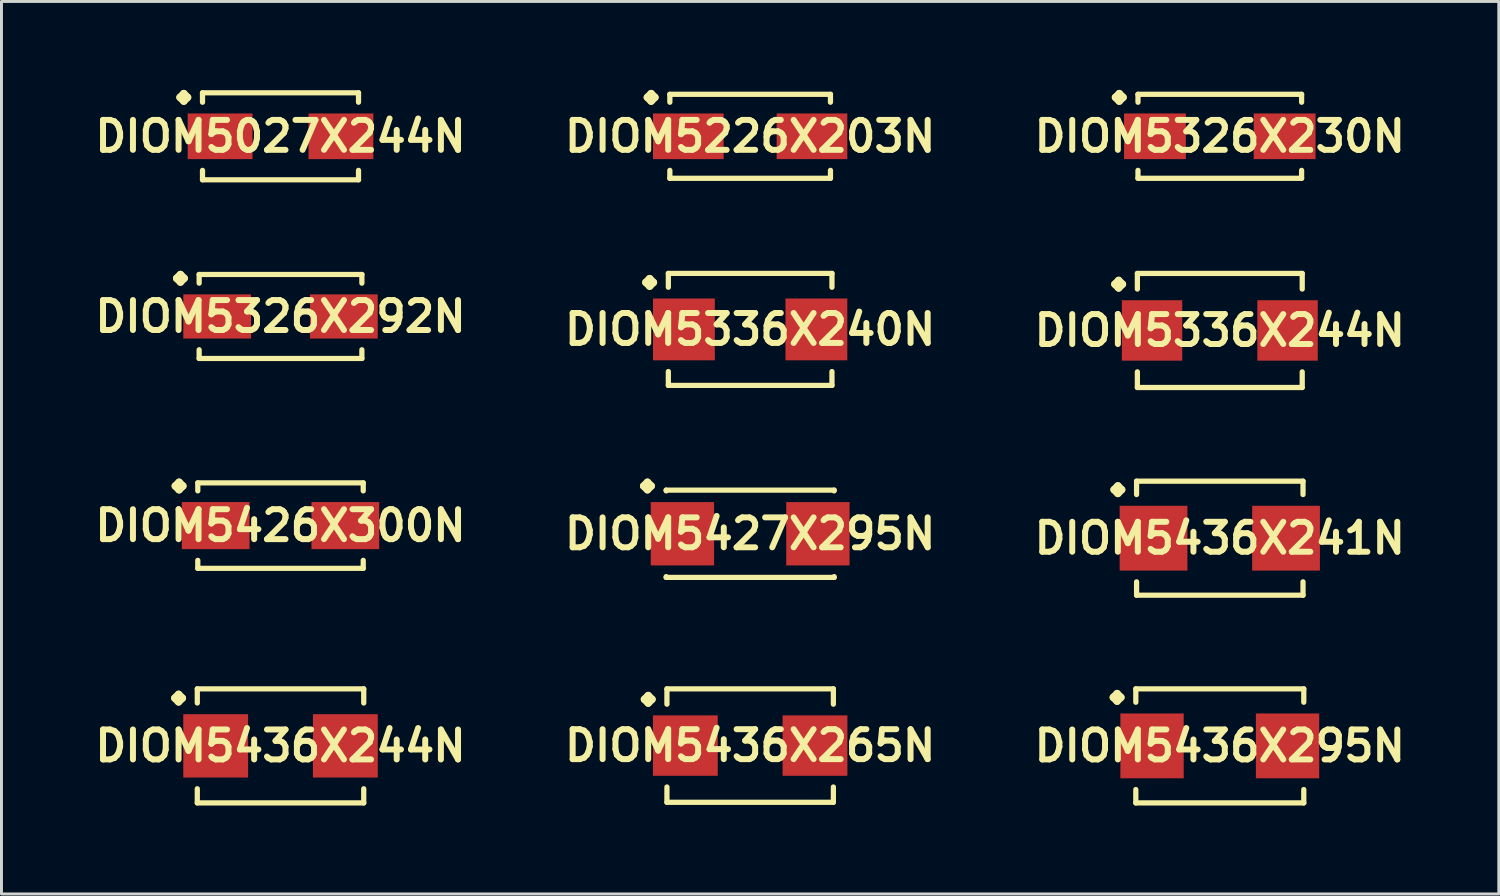
<source format=kicad_pcb>
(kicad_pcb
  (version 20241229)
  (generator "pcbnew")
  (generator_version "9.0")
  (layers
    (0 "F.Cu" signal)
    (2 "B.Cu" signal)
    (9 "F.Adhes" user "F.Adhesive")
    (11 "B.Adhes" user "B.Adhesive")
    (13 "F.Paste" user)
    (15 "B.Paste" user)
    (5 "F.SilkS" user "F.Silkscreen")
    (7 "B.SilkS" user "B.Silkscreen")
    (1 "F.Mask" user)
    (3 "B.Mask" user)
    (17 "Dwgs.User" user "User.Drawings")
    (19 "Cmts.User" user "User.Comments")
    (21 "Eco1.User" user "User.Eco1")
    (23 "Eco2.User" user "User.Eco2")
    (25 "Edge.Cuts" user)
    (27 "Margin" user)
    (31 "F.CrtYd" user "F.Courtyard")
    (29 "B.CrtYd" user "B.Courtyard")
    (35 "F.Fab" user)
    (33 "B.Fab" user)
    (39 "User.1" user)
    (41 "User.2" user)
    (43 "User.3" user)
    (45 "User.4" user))
  (footprint "DIOM5226X203N"
    (layer "F.Cu")
    (at 22.406 1.575)
    (property "Reference" "DIOM5226X203N" (at 0 0 0) (layer "F.SilkS") (effects (font (size 1.016 1.016) (thickness 0.203))))
    (attr smd)
    (fp_line (start -3.487 -1.321) (end -3.36 -1.448) (stroke (width 0.254) (type solid)) (layer "F.SilkS"))
    (fp_line (start -3.36 -1.448) (end -3.233 -1.321) (stroke (width 0.254) (type solid)) (layer "F.SilkS"))
    (fp_line (start -3.36 -1.194) (end -3.487 -1.321) (stroke (width 0.254) (type solid)) (layer "F.SilkS"))
    (fp_line (start -3.233 -1.321) (end -3.36 -1.194) (stroke (width 0.254) (type solid)) (layer "F.SilkS"))
    (fp_line (start -2.725 -1.425) (end 2.725 -1.425) (stroke (width 0.178) (type solid)) (layer "F.SilkS"))
    (fp_line (start -2.725 -1.156) (end -2.725 -1.425) (stroke (width 0.178) (type solid)) (layer "F.SilkS"))
    (fp_line (start -2.725 1.156) (end -2.725 1.425) (stroke (width 0.178) (type solid)) (layer "F.SilkS"))
    (fp_line (start -2.725 1.425) (end 2.725 1.425) (stroke (width 0.178) (type solid)) (layer "F.SilkS"))
    (fp_line (start 2.725 -1.425) (end 2.725 -1.156) (stroke (width 0.178) (type solid)) (layer "F.SilkS"))
    (fp_line (start 2.725 1.425) (end 2.725 1.156) (stroke (width 0.178) (type solid)) (layer "F.SilkS"))
    (pad "1" smd rect (at -2.098 0) (size 2.398 1.549) (layers "F.Cu" "F.Mask" "F.Paste"))
    (pad "2" smd rect (at 2.098 0) (size 2.398 1.549) (layers "F.Cu" "F.Mask" "F.Paste")))
  (footprint "DIOM5336X244N"
    (layer "F.Cu")
    (at 38.343 8.164)
    (property "Reference" "DIOM5336X244N" (at 0 0 0) (layer "F.SilkS") (effects (font (size 1.016 1.016) (thickness 0.203))))
    (attr smd)
    (fp_line (start -3.559 -1.57) (end -3.432 -1.697) (stroke (width 0.254) (type solid)) (layer "F.SilkS"))
    (fp_line (start -3.432 -1.697) (end -3.305 -1.57) (stroke (width 0.254) (type solid)) (layer "F.SilkS"))
    (fp_line (start -3.432 -1.443) (end -3.559 -1.57) (stroke (width 0.254) (type solid)) (layer "F.SilkS"))
    (fp_line (start -3.305 -1.57) (end -3.432 -1.443) (stroke (width 0.254) (type solid)) (layer "F.SilkS"))
    (fp_line (start -2.797 -1.935) (end 2.797 -1.935) (stroke (width 0.178) (type solid)) (layer "F.SilkS"))
    (fp_line (start -2.797 -1.405) (end -2.797 -1.935) (stroke (width 0.178) (type solid)) (layer "F.SilkS"))
    (fp_line (start -2.797 1.405) (end -2.797 1.935) (stroke (width 0.178) (type solid)) (layer "F.SilkS"))
    (fp_line (start -2.797 1.935) (end 2.797 1.935) (stroke (width 0.178) (type solid)) (layer "F.SilkS"))
    (fp_line (start 2.797 -1.935) (end 2.797 -1.405) (stroke (width 0.178) (type solid)) (layer "F.SilkS"))
    (fp_line (start 2.797 1.935) (end 2.797 1.405) (stroke (width 0.178) (type solid)) (layer "F.SilkS"))
    (pad "1" smd rect (at -2.299 0) (size 2.05 2.05) (layers "F.Cu" "F.Mask" "F.Paste"))
    (pad "2" smd rect (at 2.299 0) (size 2.05 2.05) (layers "F.Cu" "F.Mask" "F.Paste")))
  (footprint "DIOM5436X295N"
    (layer "F.Cu")
    (at 38.343 22.261)
    (property "Reference" "DIOM5436X295N" (at 0 0 0) (layer "F.SilkS") (effects (font (size 1.016 1.016) (thickness 0.203))))
    (attr smd)
    (fp_line (start -3.612 -1.646) (end -3.485 -1.773) (stroke (width 0.254) (type solid)) (layer "F.SilkS"))
    (fp_line (start -3.485 -1.773) (end -3.358 -1.646) (stroke (width 0.254) (type solid)) (layer "F.SilkS"))
    (fp_line (start -3.485 -1.519) (end -3.612 -1.646) (stroke (width 0.254) (type solid)) (layer "F.SilkS"))
    (fp_line (start -3.358 -1.646) (end -3.485 -1.519) (stroke (width 0.254) (type solid)) (layer "F.SilkS"))
    (fp_line (start -2.85 -1.935) (end 2.85 -1.935) (stroke (width 0.178) (type solid)) (layer "F.SilkS"))
    (fp_line (start -2.85 -1.481) (end -2.85 -1.935) (stroke (width 0.178) (type solid)) (layer "F.SilkS"))
    (fp_line (start -2.85 1.481) (end -2.85 1.935) (stroke (width 0.178) (type solid)) (layer "F.SilkS"))
    (fp_line (start -2.85 1.935) (end 2.85 1.935) (stroke (width 0.178) (type solid)) (layer "F.SilkS"))
    (fp_line (start 2.85 -1.935) (end 2.85 -1.481) (stroke (width 0.178) (type solid)) (layer "F.SilkS"))
    (fp_line (start 2.85 1.935) (end 2.85 1.481) (stroke (width 0.178) (type solid)) (layer "F.SilkS"))
    (pad "1" smd rect (at -2.299 0) (size 2.149 2.2) (layers "F.Cu" "F.Mask" "F.Paste"))
    (pad "2" smd rect (at 2.299 0) (size 2.149 2.2) (layers "F.Cu" "F.Mask" "F.Paste")))
  (footprint "DIOM5326X292N"
    (layer "F.Cu")
    (at 6.469 7.689)
    (property "Reference" "DIOM5326X292N" (at 0 0 0) (layer "F.SilkS") (effects (font (size 1.016 1.016) (thickness 0.203))))
    (attr smd)
    (fp_line (start -3.523 -1.295) (end -3.396 -1.422) (stroke (width 0.254) (type solid)) (layer "F.SilkS"))
    (fp_line (start -3.396 -1.422) (end -3.269 -1.295) (stroke (width 0.254) (type solid)) (layer "F.SilkS"))
    (fp_line (start -3.396 -1.168) (end -3.523 -1.295) (stroke (width 0.254) (type solid)) (layer "F.SilkS"))
    (fp_line (start -3.269 -1.295) (end -3.396 -1.168) (stroke (width 0.254) (type solid)) (layer "F.SilkS"))
    (fp_line (start -2.761 -1.425) (end 2.761 -1.425) (stroke (width 0.178) (type solid)) (layer "F.SilkS"))
    (fp_line (start -2.761 -1.13) (end -2.761 -1.425) (stroke (width 0.178) (type solid)) (layer "F.SilkS"))
    (fp_line (start -2.761 1.13) (end -2.761 1.425) (stroke (width 0.178) (type solid)) (layer "F.SilkS"))
    (fp_line (start -2.761 1.425) (end 2.761 1.425) (stroke (width 0.178) (type solid)) (layer "F.SilkS"))
    (fp_line (start 2.761 -1.425) (end 2.761 -1.13) (stroke (width 0.178) (type solid)) (layer "F.SilkS"))
    (fp_line (start 2.761 1.425) (end 2.761 1.13) (stroke (width 0.178) (type solid)) (layer "F.SilkS"))
    (pad "1" smd rect (at -2.149 0) (size 2.299 1.499) (layers "F.Cu" "F.Mask" "F.Paste"))
    (pad "2" smd rect (at 2.149 0) (size 2.299 1.499) (layers "F.Cu" "F.Mask" "F.Paste")))
  (footprint "DIOM5436X241N"
    (layer "F.Cu")
    (at 38.343 15.213)
    (property "Reference" "DIOM5436X241N" (at 0 0 0) (layer "F.SilkS") (effects (font (size 1.016 1.016) (thickness 0.203))))
    (attr smd)
    (fp_line (start -3.586 -1.646) (end -3.459 -1.773) (stroke (width 0.254) (type solid)) (layer "F.SilkS"))
    (fp_line (start -3.459 -1.773) (end -3.332 -1.646) (stroke (width 0.254) (type solid)) (layer "F.SilkS"))
    (fp_line (start -3.459 -1.519) (end -3.586 -1.646) (stroke (width 0.254) (type solid)) (layer "F.SilkS"))
    (fp_line (start -3.332 -1.646) (end -3.459 -1.519) (stroke (width 0.254) (type solid)) (layer "F.SilkS"))
    (fp_line (start -2.824 -1.935) (end 2.824 -1.935) (stroke (width 0.178) (type solid)) (layer "F.SilkS"))
    (fp_line (start -2.824 -1.481) (end -2.824 -1.935) (stroke (width 0.178) (type solid)) (layer "F.SilkS"))
    (fp_line (start -2.824 1.481) (end -2.824 1.935) (stroke (width 0.178) (type solid)) (layer "F.SilkS"))
    (fp_line (start -2.824 1.935) (end 2.824 1.935) (stroke (width 0.178) (type solid)) (layer "F.SilkS"))
    (fp_line (start 2.824 -1.935) (end 2.824 -1.481) (stroke (width 0.178) (type solid)) (layer "F.SilkS"))
    (fp_line (start 2.824 1.935) (end 2.824 1.481) (stroke (width 0.178) (type solid)) (layer "F.SilkS"))
    (pad "1" smd rect (at -2.248 0) (size 2.299 2.2) (layers "F.Cu" "F.Mask" "F.Paste"))
    (pad "2" smd rect (at 2.248 0) (size 2.299 2.2) (layers "F.Cu" "F.Mask" "F.Paste")))
  (footprint "DIOM5336X240N"
    (layer "F.Cu")
    (at 22.406 8.128)
    (property "Reference" "DIOM5336X240N" (at 0 0 0) (layer "F.SilkS") (effects (font (size 1.016 1.016) (thickness 0.203))))
    (attr smd)
    (fp_line (start -3.538 -1.595) (end -3.411 -1.722) (stroke (width 0.254) (type solid)) (layer "F.SilkS"))
    (fp_line (start -3.411 -1.722) (end -3.284 -1.595) (stroke (width 0.254) (type solid)) (layer "F.SilkS"))
    (fp_line (start -3.411 -1.468) (end -3.538 -1.595) (stroke (width 0.254) (type solid)) (layer "F.SilkS"))
    (fp_line (start -3.284 -1.595) (end -3.411 -1.468) (stroke (width 0.254) (type solid)) (layer "F.SilkS"))
    (fp_line (start -2.776 -1.9) (end 2.776 -1.9) (stroke (width 0.178) (type solid)) (layer "F.SilkS"))
    (fp_line (start -2.776 -1.43) (end -2.776 -1.9) (stroke (width 0.178) (type solid)) (layer "F.SilkS"))
    (fp_line (start -2.776 1.43) (end -2.776 1.9) (stroke (width 0.178) (type solid)) (layer "F.SilkS"))
    (fp_line (start -2.776 1.9) (end 2.776 1.9) (stroke (width 0.178) (type solid)) (layer "F.SilkS"))
    (fp_line (start 2.776 -1.9) (end 2.776 -1.43) (stroke (width 0.178) (type solid)) (layer "F.SilkS"))
    (fp_line (start 2.776 1.9) (end 2.776 1.43) (stroke (width 0.178) (type solid)) (layer "F.SilkS"))
    (pad "1" smd rect (at -2.248 0) (size 2.098 2.098) (layers "F.Cu" "F.Mask" "F.Paste"))
    (pad "2" smd rect (at 2.248 0) (size 2.098 2.098) (layers "F.Cu" "F.Mask" "F.Paste")))
  (footprint "DIOM5027X244N"
    (layer "F.Cu")
    (at 6.469 1.575)
    (property "Reference" "DIOM5027X244N" (at 0 0 0) (layer "F.SilkS") (effects (font (size 1.016 1.016) (thickness 0.203))))
    (attr smd)
    (fp_line (start -3.409 -1.321) (end -3.282 -1.448) (stroke (width 0.254) (type solid)) (layer "F.SilkS"))
    (fp_line (start -3.282 -1.448) (end -3.155 -1.321) (stroke (width 0.254) (type solid)) (layer "F.SilkS"))
    (fp_line (start -3.282 -1.194) (end -3.409 -1.321) (stroke (width 0.254) (type solid)) (layer "F.SilkS"))
    (fp_line (start -3.155 -1.321) (end -3.282 -1.194) (stroke (width 0.254) (type solid)) (layer "F.SilkS"))
    (fp_line (start -2.647 -1.476) (end 2.647 -1.476) (stroke (width 0.178) (type solid)) (layer "F.SilkS"))
    (fp_line (start -2.647 -1.156) (end -2.647 -1.476) (stroke (width 0.178) (type solid)) (layer "F.SilkS"))
    (fp_line (start -2.647 1.156) (end -2.647 1.476) (stroke (width 0.178) (type solid)) (layer "F.SilkS"))
    (fp_line (start -2.647 1.476) (end 2.647 1.476) (stroke (width 0.178) (type solid)) (layer "F.SilkS"))
    (fp_line (start 2.647 -1.476) (end 2.647 -1.156) (stroke (width 0.178) (type solid)) (layer "F.SilkS"))
    (fp_line (start 2.647 1.476) (end 2.647 1.156) (stroke (width 0.178) (type solid)) (layer "F.SilkS"))
    (pad "1" smd rect (at -2.05 0) (size 2.2 1.549) (layers "F.Cu" "F.Mask" "F.Paste"))
    (pad "2" smd rect (at 2.05 0) (size 2.2 1.549) (layers "F.Cu" "F.Mask" "F.Paste")))
  (footprint "DIOM5436X265N"
    (layer "F.Cu")
    (at 22.406 22.251)
    (property "Reference" "DIOM5436X265N" (at 0 0 0) (layer "F.SilkS") (effects (font (size 1.016 1.016) (thickness 0.203))))
    (attr smd)
    (fp_line (start -3.586 -1.57) (end -3.459 -1.697) (stroke (width 0.254) (type solid)) (layer "F.SilkS"))
    (fp_line (start -3.459 -1.697) (end -3.332 -1.57) (stroke (width 0.254) (type solid)) (layer "F.SilkS"))
    (fp_line (start -3.459 -1.443) (end -3.586 -1.57) (stroke (width 0.254) (type solid)) (layer "F.SilkS"))
    (fp_line (start -3.332 -1.57) (end -3.459 -1.443) (stroke (width 0.254) (type solid)) (layer "F.SilkS"))
    (fp_line (start -2.824 -1.925) (end 2.824 -1.925) (stroke (width 0.178) (type solid)) (layer "F.SilkS"))
    (fp_line (start -2.824 -1.405) (end -2.824 -1.925) (stroke (width 0.178) (type solid)) (layer "F.SilkS"))
    (fp_line (start -2.824 1.405) (end -2.824 1.925) (stroke (width 0.178) (type solid)) (layer "F.SilkS"))
    (fp_line (start -2.824 1.925) (end 2.824 1.925) (stroke (width 0.178) (type solid)) (layer "F.SilkS"))
    (fp_line (start 2.824 -1.925) (end 2.824 -1.405) (stroke (width 0.178) (type solid)) (layer "F.SilkS"))
    (fp_line (start 2.824 1.925) (end 2.824 1.405) (stroke (width 0.178) (type solid)) (layer "F.SilkS"))
    (pad "1" smd rect (at -2.2 0) (size 2.2 2.05) (layers "F.Cu" "F.Mask" "F.Paste"))
    (pad "2" smd rect (at 2.2 0) (size 2.2 2.05) (layers "F.Cu" "F.Mask" "F.Paste")))
  (footprint "DIOM5427X295N"
    (layer "F.Cu")
    (at 22.406 15.063)
    (property "Reference" "DIOM5427X295N" (at 0 0 0) (layer "F.SilkS") (effects (font (size 1.016 1.016) (thickness 0.203))))
    (attr smd)
    (fp_line (start -3.612 -1.621) (end -3.485 -1.748) (stroke (width 0.254) (type solid)) (layer "F.SilkS"))
    (fp_line (start -3.485 -1.748) (end -3.358 -1.621) (stroke (width 0.254) (type solid)) (layer "F.SilkS"))
    (fp_line (start -3.485 -1.494) (end -3.612 -1.621) (stroke (width 0.254) (type solid)) (layer "F.SilkS"))
    (fp_line (start -3.358 -1.621) (end -3.485 -1.494) (stroke (width 0.254) (type solid)) (layer "F.SilkS"))
    (fp_line (start -2.85 -1.481) (end 2.85 -1.481) (stroke (width 0.178) (type solid)) (layer "F.SilkS"))
    (fp_line (start -2.85 -1.455) (end -2.85 -1.481) (stroke (width 0.178) (type solid)) (layer "F.SilkS"))
    (fp_line (start -2.85 1.455) (end -2.85 1.481) (stroke (width 0.178) (type solid)) (layer "F.SilkS"))
    (fp_line (start -2.85 1.481) (end 2.85 1.481) (stroke (width 0.178) (type solid)) (layer "F.SilkS"))
    (fp_line (start 2.85 -1.481) (end 2.85 -1.455) (stroke (width 0.178) (type solid)) (layer "F.SilkS"))
    (fp_line (start 2.85 1.481) (end 2.85 1.455) (stroke (width 0.178) (type solid)) (layer "F.SilkS"))
    (pad "1" smd rect (at -2.299 0) (size 2.149 2.149) (layers "F.Cu" "F.Mask" "F.Paste"))
    (pad "2" smd rect (at 2.299 0) (size 2.149 2.149) (layers "F.Cu" "F.Mask" "F.Paste")))
  (footprint "DIOM5436X244N"
    (layer "F.Cu")
    (at 6.469 22.261)
    (property "Reference" "DIOM5436X244N" (at 0 0 0) (layer "F.SilkS") (effects (font (size 1.016 1.016) (thickness 0.203))))
    (attr smd)
    (fp_line (start -3.586 -1.621) (end -3.459 -1.748) (stroke (width 0.254) (type solid)) (layer "F.SilkS"))
    (fp_line (start -3.459 -1.748) (end -3.332 -1.621) (stroke (width 0.254) (type solid)) (layer "F.SilkS"))
    (fp_line (start -3.459 -1.494) (end -3.586 -1.621) (stroke (width 0.254) (type solid)) (layer "F.SilkS"))
    (fp_line (start -3.332 -1.621) (end -3.459 -1.494) (stroke (width 0.254) (type solid)) (layer "F.SilkS"))
    (fp_line (start -2.824 -1.935) (end 2.824 -1.935) (stroke (width 0.178) (type solid)) (layer "F.SilkS"))
    (fp_line (start -2.824 -1.455) (end -2.824 -1.935) (stroke (width 0.178) (type solid)) (layer "F.SilkS"))
    (fp_line (start -2.824 1.455) (end -2.824 1.935) (stroke (width 0.178) (type solid)) (layer "F.SilkS"))
    (fp_line (start -2.824 1.935) (end 2.824 1.935) (stroke (width 0.178) (type solid)) (layer "F.SilkS"))
    (fp_line (start 2.824 -1.935) (end 2.824 -1.455) (stroke (width 0.178) (type solid)) (layer "F.SilkS"))
    (fp_line (start 2.824 1.935) (end 2.824 1.455) (stroke (width 0.178) (type solid)) (layer "F.SilkS"))
    (pad "1" smd rect (at -2.2 0) (size 2.2 2.149) (layers "F.Cu" "F.Mask" "F.Paste"))
    (pad "2" smd rect (at 2.2 0) (size 2.2 2.149) (layers "F.Cu" "F.Mask" "F.Paste")))
  (footprint "DIOM5426X300N"
    (layer "F.Cu")
    (at 6.469 14.786)
    (property "Reference" "DIOM5426X300N" (at 0 0 0) (layer "F.SilkS") (effects (font (size 1.016 1.016) (thickness 0.203))))
    (attr smd)
    (fp_line (start -3.569 -1.344) (end -3.442 -1.471) (stroke (width 0.254) (type solid)) (layer "F.SilkS"))
    (fp_line (start -3.442 -1.471) (end -3.315 -1.344) (stroke (width 0.254) (type solid)) (layer "F.SilkS"))
    (fp_line (start -3.442 -1.217) (end -3.569 -1.344) (stroke (width 0.254) (type solid)) (layer "F.SilkS"))
    (fp_line (start -3.315 -1.344) (end -3.442 -1.217) (stroke (width 0.254) (type solid)) (layer "F.SilkS"))
    (fp_line (start -2.807 -1.45) (end 2.807 -1.45) (stroke (width 0.178) (type solid)) (layer "F.SilkS"))
    (fp_line (start -2.807 -1.179) (end -2.807 -1.45) (stroke (width 0.178) (type solid)) (layer "F.SilkS"))
    (fp_line (start -2.807 1.179) (end -2.807 1.45) (stroke (width 0.178) (type solid)) (layer "F.SilkS"))
    (fp_line (start -2.807 1.45) (end 2.807 1.45) (stroke (width 0.178) (type solid)) (layer "F.SilkS"))
    (fp_line (start 2.807 -1.45) (end 2.807 -1.179) (stroke (width 0.178) (type solid)) (layer "F.SilkS"))
    (fp_line (start 2.807 1.45) (end 2.807 1.179) (stroke (width 0.178) (type solid)) (layer "F.SilkS"))
    (pad "1" smd rect (at -2.2 0) (size 2.299 1.598) (layers "F.Cu" "F.Mask" "F.Paste"))
    (pad "2" smd rect (at 2.2 0) (size 2.299 1.598) (layers "F.Cu" "F.Mask" "F.Paste")))
  (footprint "DIOM5326X230N"
    (layer "F.Cu")
    (at 38.343 1.575)
    (property "Reference" "DIOM5326X230N" (at 0 0 0) (layer "F.SilkS") (effects (font (size 1.016 1.016) (thickness 0.203))))
    (attr smd)
    (fp_line (start -3.538 -1.321) (end -3.411 -1.448) (stroke (width 0.254) (type solid)) (layer "F.SilkS"))
    (fp_line (start -3.411 -1.448) (end -3.284 -1.321) (stroke (width 0.254) (type solid)) (layer "F.SilkS"))
    (fp_line (start -3.411 -1.194) (end -3.538 -1.321) (stroke (width 0.254) (type solid)) (layer "F.SilkS"))
    (fp_line (start -3.284 -1.321) (end -3.411 -1.194) (stroke (width 0.254) (type solid)) (layer "F.SilkS"))
    (fp_line (start -2.776 -1.425) (end 2.776 -1.425) (stroke (width 0.178) (type solid)) (layer "F.SilkS"))
    (fp_line (start -2.776 -1.156) (end -2.776 -1.425) (stroke (width 0.178) (type solid)) (layer "F.SilkS"))
    (fp_line (start -2.776 1.156) (end -2.776 1.425) (stroke (width 0.178) (type solid)) (layer "F.SilkS"))
    (fp_line (start -2.776 1.425) (end 2.776 1.425) (stroke (width 0.178) (type solid)) (layer "F.SilkS"))
    (fp_line (start 2.776 -1.425) (end 2.776 -1.156) (stroke (width 0.178) (type solid)) (layer "F.SilkS"))
    (fp_line (start 2.776 1.425) (end 2.776 1.156) (stroke (width 0.178) (type solid)) (layer "F.SilkS"))
    (pad "1" smd rect (at -2.2 0) (size 2.098 1.549) (layers "F.Cu" "F.Mask" "F.Paste"))
    (pad "2" smd rect (at 2.2 0) (size 2.098 1.549) (layers "F.Cu" "F.Mask" "F.Paste")))
  (gr_rect
    (start -3 -3)
    (end 47.811 27.286)
    (stroke (width 0.1) (type default))
    (fill no)
    (layer "Edge.Cuts")))
</source>
